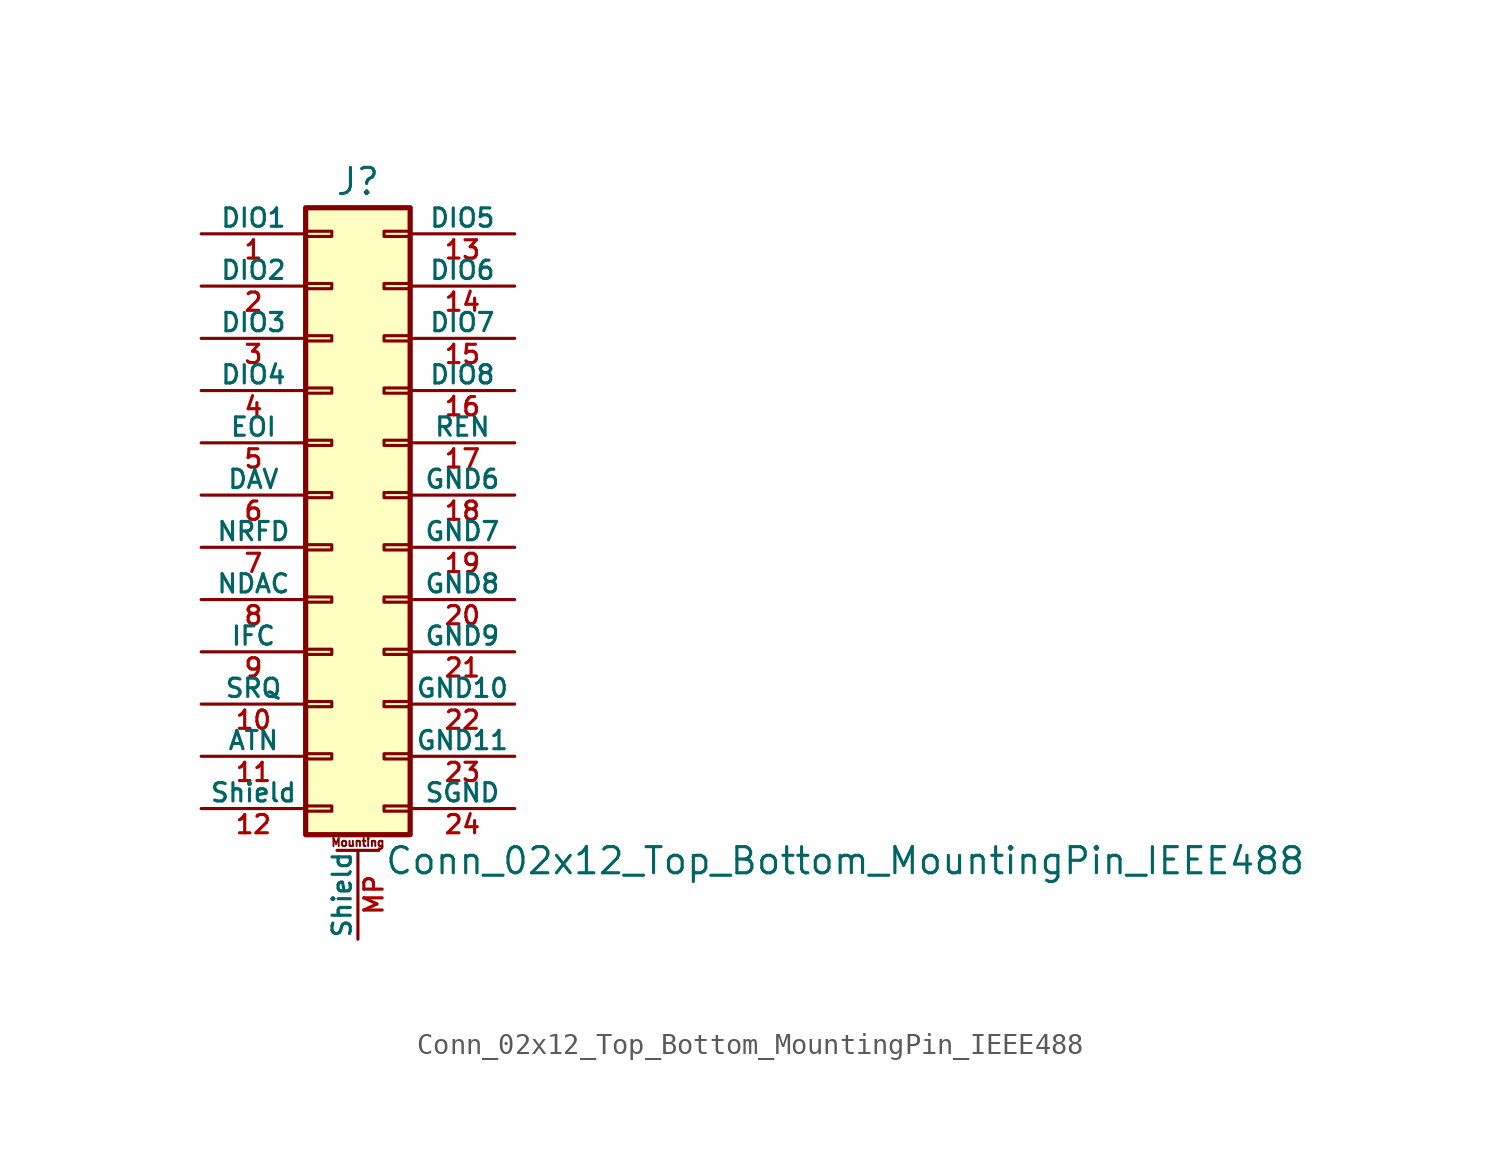
<source format=kicad_sym>
(kicad_symbol_lib
  (version 20211014)
  (generator kicad_symbol_editor)
  (symbol "Conn_02x12_Top_Bottom_MountingPin_IEEE488"
    (pin_names
      (offset 0))
    (property "Reference" "J"
      (at 1.27 15.24 0)
      (effects (font (size 1.27 1.27))))
    (property "Value" "Conn_02x12_Top_Bottom_MountingPin_IEEE488"
      (at 2.54 -17.78 0)
      (effects (font (size 1.27 1.27)) (justify left)))
    (symbol "Conn_02x12_Top_Bottom_MountingPin_IEEE488_1_1"
      (rectangle (start -1.27 -15.113) (end 0 -15.367) (stroke (width 0.152) (type default) (color 0 0 0 0)) (fill (type none)))
      (rectangle (start -1.27 -12.573) (end 0 -12.827) (stroke (width 0.152) (type default) (color 0 0 0 0)) (fill (type none)))
      (rectangle (start -1.27 -10.033) (end 0 -10.287) (stroke (width 0.152) (type default) (color 0 0 0 0)) (fill (type none)))
      (rectangle (start -1.27 -7.493) (end 0 -7.747) (stroke (width 0.152) (type default) (color 0 0 0 0)) (fill (type none)))
      (rectangle (start -1.27 -4.953) (end 0 -5.207) (stroke (width 0.152) (type default) (color 0 0 0 0)) (fill (type none)))
      (rectangle (start -1.27 -2.413) (end 0 -2.667) (stroke (width 0.152) (type default) (color 0 0 0 0)) (fill (type none)))
      (rectangle (start -1.27 0.127) (end 0 -0.127) (stroke (width 0.152) (type default) (color 0 0 0 0)) (fill (type none)))
      (rectangle (start -1.27 2.667) (end 0 2.413) (stroke (width 0.152) (type default) (color 0 0 0 0)) (fill (type none)))
      (rectangle (start -1.27 5.207) (end 0 4.953) (stroke (width 0.152) (type default) (color 0 0 0 0)) (fill (type none)))
      (rectangle (start -1.27 7.747) (end 0 7.493) (stroke (width 0.152) (type default) (color 0 0 0 0)) (fill (type none)))
      (rectangle (start -1.27 10.287) (end 0 10.033) (stroke (width 0.152) (type default) (color 0 0 0 0)) (fill (type none)))
      (rectangle (start -1.27 12.827) (end 0 12.573) (stroke (width 0.152) (type default) (color 0 0 0 0)) (fill (type none)))
      (rectangle (start -1.27 13.97) (end 3.81 -16.51) (stroke (width 0.254) (type default) (color 0 0 0 0)) (fill (type background)))
      (polyline (pts (xy 0.254 -17.272) (xy 2.286 -17.272)) (stroke (width 0.152) (type default) (color 0 0 0 0)) (fill (type none)))
      (rectangle (start 3.81 -15.113) (end 2.54 -15.367) (stroke (width 0.152) (type default) (color 0 0 0 0)) (fill (type none)))
      (rectangle (start 3.81 -12.573) (end 2.54 -12.827) (stroke (width 0.152) (type default) (color 0 0 0 0)) (fill (type none)))
      (rectangle (start 3.81 -10.033) (end 2.54 -10.287) (stroke (width 0.152) (type default) (color 0 0 0 0)) (fill (type none)))
      (rectangle (start 3.81 -7.493) (end 2.54 -7.747) (stroke (width 0.152) (type default) (color 0 0 0 0)) (fill (type none)))
      (rectangle (start 3.81 -4.953) (end 2.54 -5.207) (stroke (width 0.152) (type default) (color 0 0 0 0)) (fill (type none)))
      (rectangle (start 3.81 -2.413) (end 2.54 -2.667) (stroke (width 0.152) (type default) (color 0 0 0 0)) (fill (type none)))
      (rectangle (start 3.81 0.127) (end 2.54 -0.127) (stroke (width 0.152) (type default) (color 0 0 0 0)) (fill (type none)))
      (rectangle (start 3.81 2.667) (end 2.54 2.413) (stroke (width 0.152) (type default) (color 0 0 0 0)) (fill (type none)))
      (rectangle (start 3.81 5.207) (end 2.54 4.953) (stroke (width 0.152) (type default) (color 0 0 0 0)) (fill (type none)))
      (rectangle (start 3.81 7.747) (end 2.54 7.493) (stroke (width 0.152) (type default) (color 0 0 0 0)) (fill (type none)))
      (rectangle (start 3.81 10.287) (end 2.54 10.033) (stroke (width 0.152) (type default) (color 0 0 0 0)) (fill (type none)))
      (rectangle (start 3.81 12.827) (end 2.54 12.573) (stroke (width 0.152) (type default) (color 0 0 0 0)) (fill (type none)))
      (text "Mounting" (at 1.27 -16.891 0) (effects (font (size 0.381 0.381))))
      (pin passive line (at -6.35 12.7 0) (length 5.08) (name "DIO1" (effects (font (size 0.889 0.889)))) (number "1" (effects (font (size 0.889 0.889)))))
      (pin passive line (at -6.35 -10.16 0) (length 5.08) (name "SRQ" (effects (font (size 0.889 0.889)))) (number "10" (effects (font (size 0.889 0.889)))))
      (pin passive line (at -6.35 -12.7 0) (length 5.08) (name "ATN" (effects (font (size 0.889 0.889)))) (number "11" (effects (font (size 0.889 0.889)))))
      (pin passive line (at -6.35 -15.24 0) (length 5.08) (name "Shield" (effects (font (size 0.889 0.889)))) (number "12" (effects (font (size 0.889 0.889)))))
      (pin passive line (at 8.89 12.7 180) (length 5.08) (name "DIO5" (effects (font (size 0.889 0.889)))) (number "13" (effects (font (size 0.889 0.889)))))
      (pin passive line (at 8.89 10.16 180) (length 5.08) (name "DIO6" (effects (font (size 0.889 0.889)))) (number "14" (effects (font (size 0.889 0.889)))))
      (pin passive line (at 8.89 7.62 180) (length 5.08) (name "DIO7" (effects (font (size 0.889 0.889)))) (number "15" (effects (font (size 0.889 0.889)))))
      (pin passive line (at 8.89 5.08 180) (length 5.08) (name "DIO8" (effects (font (size 0.889 0.889)))) (number "16" (effects (font (size 0.889 0.889)))))
      (pin passive line (at 8.89 2.54 180) (length 5.08) (name "REN" (effects (font (size 0.889 0.889)))) (number "17" (effects (font (size 0.889 0.889)))))
      (pin passive line (at 8.89 0 180) (length 5.08) (name "GND6" (effects (font (size 0.889 0.889)))) (number "18" (effects (font (size 0.889 0.889)))))
      (pin passive line (at 8.89 -2.54 180) (length 5.08) (name "GND7" (effects (font (size 0.889 0.889)))) (number "19" (effects (font (size 0.889 0.889)))))
      (pin passive line (at -6.35 10.16 0) (length 5.08) (name "DIO2" (effects (font (size 0.889 0.889)))) (number "2" (effects (font (size 0.889 0.889)))))
      (pin passive line (at 8.89 -5.08 180) (length 5.08) (name "GND8" (effects (font (size 0.889 0.889)))) (number "20" (effects (font (size 0.889 0.889)))))
      (pin passive line (at 8.89 -7.62 180) (length 5.08) (name "GND9" (effects (font (size 0.889 0.889)))) (number "21" (effects (font (size 0.889 0.889)))))
      (pin passive line (at 8.89 -10.16 180) (length 5.08) (name "GND10" (effects (font (size 0.889 0.889)))) (number "22" (effects (font (size 0.889 0.889)))))
      (pin passive line (at 8.89 -12.7 180) (length 5.08) (name "GND11" (effects (font (size 0.889 0.889)))) (number "23" (effects (font (size 0.889 0.889)))))
      (pin passive line (at 8.89 -15.24 180) (length 5.08) (name "SGND" (effects (font (size 0.889 0.889)))) (number "24" (effects (font (size 0.889 0.889)))))
      (pin passive line (at -6.35 7.62 0) (length 5.08) (name "DIO3" (effects (font (size 0.889 0.889)))) (number "3" (effects (font (size 0.889 0.889)))))
      (pin passive line (at -6.35 5.08 0) (length 5.08) (name "DIO4" (effects (font (size 0.889 0.889)))) (number "4" (effects (font (size 0.889 0.889)))))
      (pin passive line (at -6.35 2.54 0) (length 5.08) (name "EOI" (effects (font (size 0.889 0.889)))) (number "5" (effects (font (size 0.889 0.889)))))
      (pin passive line (at -6.35 0 0) (length 5.08) (name "DAV" (effects (font (size 0.889 0.889)))) (number "6" (effects (font (size 0.889 0.889)))))
      (pin passive line (at -6.35 -2.54 0) (length 5.08) (name "NRFD" (effects (font (size 0.889 0.889)))) (number "7" (effects (font (size 0.889 0.889)))))
      (pin passive line (at -6.35 -5.08 0) (length 5.08) (name "NDAC" (effects (font (size 0.889 0.889)))) (number "8" (effects (font (size 0.889 0.889)))))
      (pin passive line (at -6.35 -7.62 0) (length 5.08) (name "IFC" (effects (font (size 0.889 0.889)))) (number "9" (effects (font (size 0.889 0.889)))))
      (pin passive line (at 1.27 -21.59 90) (length 4.318) (name "Shield" (effects (font (size 0.889 0.889)))) (number "MP" (effects (font (size 0.889 0.889))))))))
</source>
